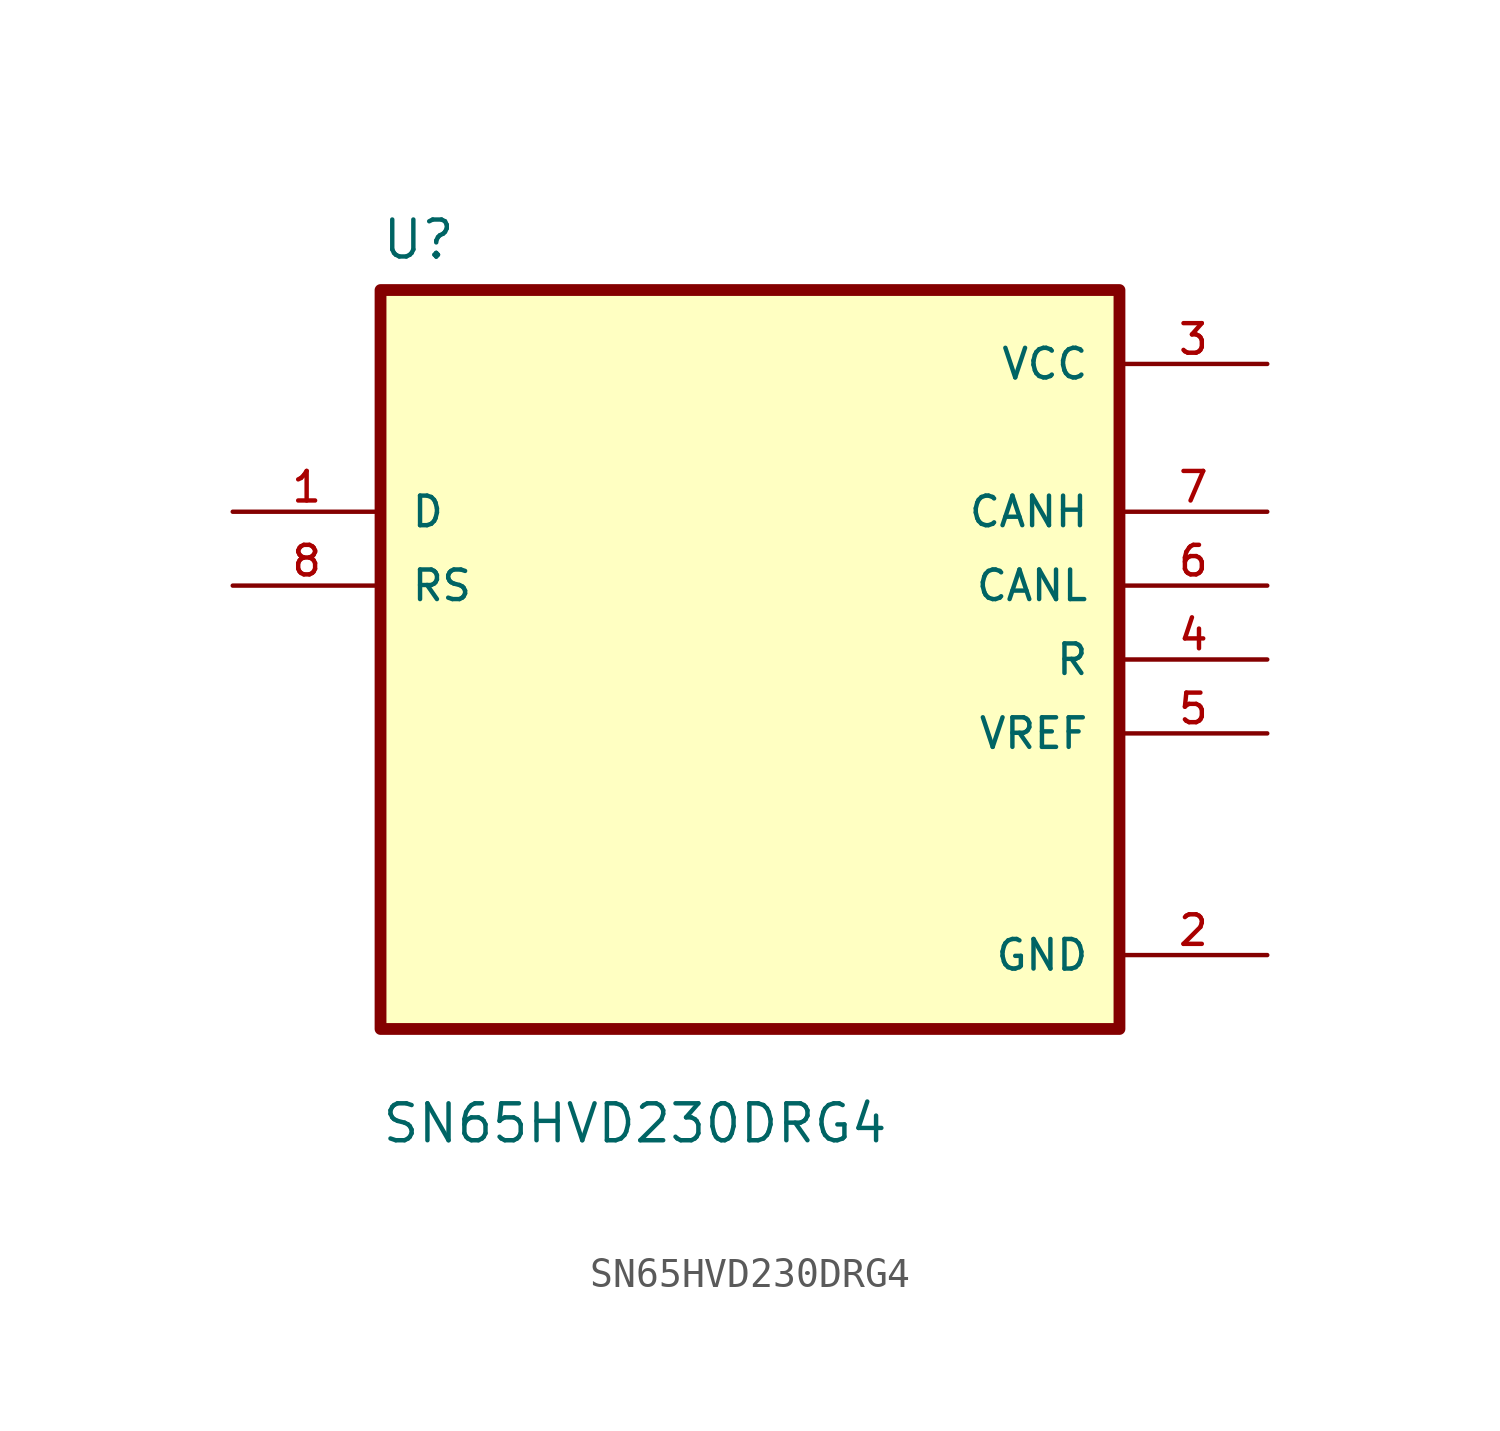
<source format=kicad_sym>
(kicad_symbol_lib
  (version 20211014)
  (generator kicad_symbol_editor)
  (symbol "SN65HVD230DRG4"
    (pin_names
      (offset 1.016))
    (property "Reference" "U"
      (at -12.7 13.691 0)
      (effects (font (size 1.27 1.27)) (justify left bottom)))
    (property "Value" "SN65HVD230DRG4"
      (at -12.7 -16.688 0)
      (effects (font (size 1.27 1.27)) (justify left bottom)))
    (property "ki_locked" ""
      (at 0 0 0)
      (effects (font (size 1.27 1.27))))
    (symbol "SN65HVD230DRG4_0_0"
      (rectangle (start -12.7 -12.7) (end 12.7 12.7) (stroke (width 0.406) (type default) (color 0 0 0 0)) (fill (type background)))
      (pin input line (at -17.78 5.08 0) (length 5.08) (name "D" (effects (font (size 1.016 1.016)))) (number "1" (effects (font (size 1.016 1.016)))))
      (pin power_in line (at 17.78 -10.16 180) (length 5.08) (name "GND" (effects (font (size 1.016 1.016)))) (number "2" (effects (font (size 1.016 1.016)))))
      (pin power_in line (at 17.78 10.16 180) (length 5.08) (name "VCC" (effects (font (size 1.016 1.016)))) (number "3" (effects (font (size 1.016 1.016)))))
      (pin output line (at 17.78 0 180) (length 5.08) (name "R" (effects (font (size 1.016 1.016)))) (number "4" (effects (font (size 1.016 1.016)))))
      (pin output line (at 17.78 -2.54 180) (length 5.08) (name "VREF" (effects (font (size 1.016 1.016)))) (number "5" (effects (font (size 1.016 1.016)))))
      (pin output line (at 17.78 2.54 180) (length 5.08) (name "CANL" (effects (font (size 1.016 1.016)))) (number "6" (effects (font (size 1.016 1.016)))))
      (pin output line (at 17.78 5.08 180) (length 5.08) (name "CANH" (effects (font (size 1.016 1.016)))) (number "7" (effects (font (size 1.016 1.016)))))
      (pin input line (at -17.78 2.54 0) (length 5.08) (name "RS" (effects (font (size 1.016 1.016)))) (number "8" (effects (font (size 1.016 1.016))))))))
</source>
